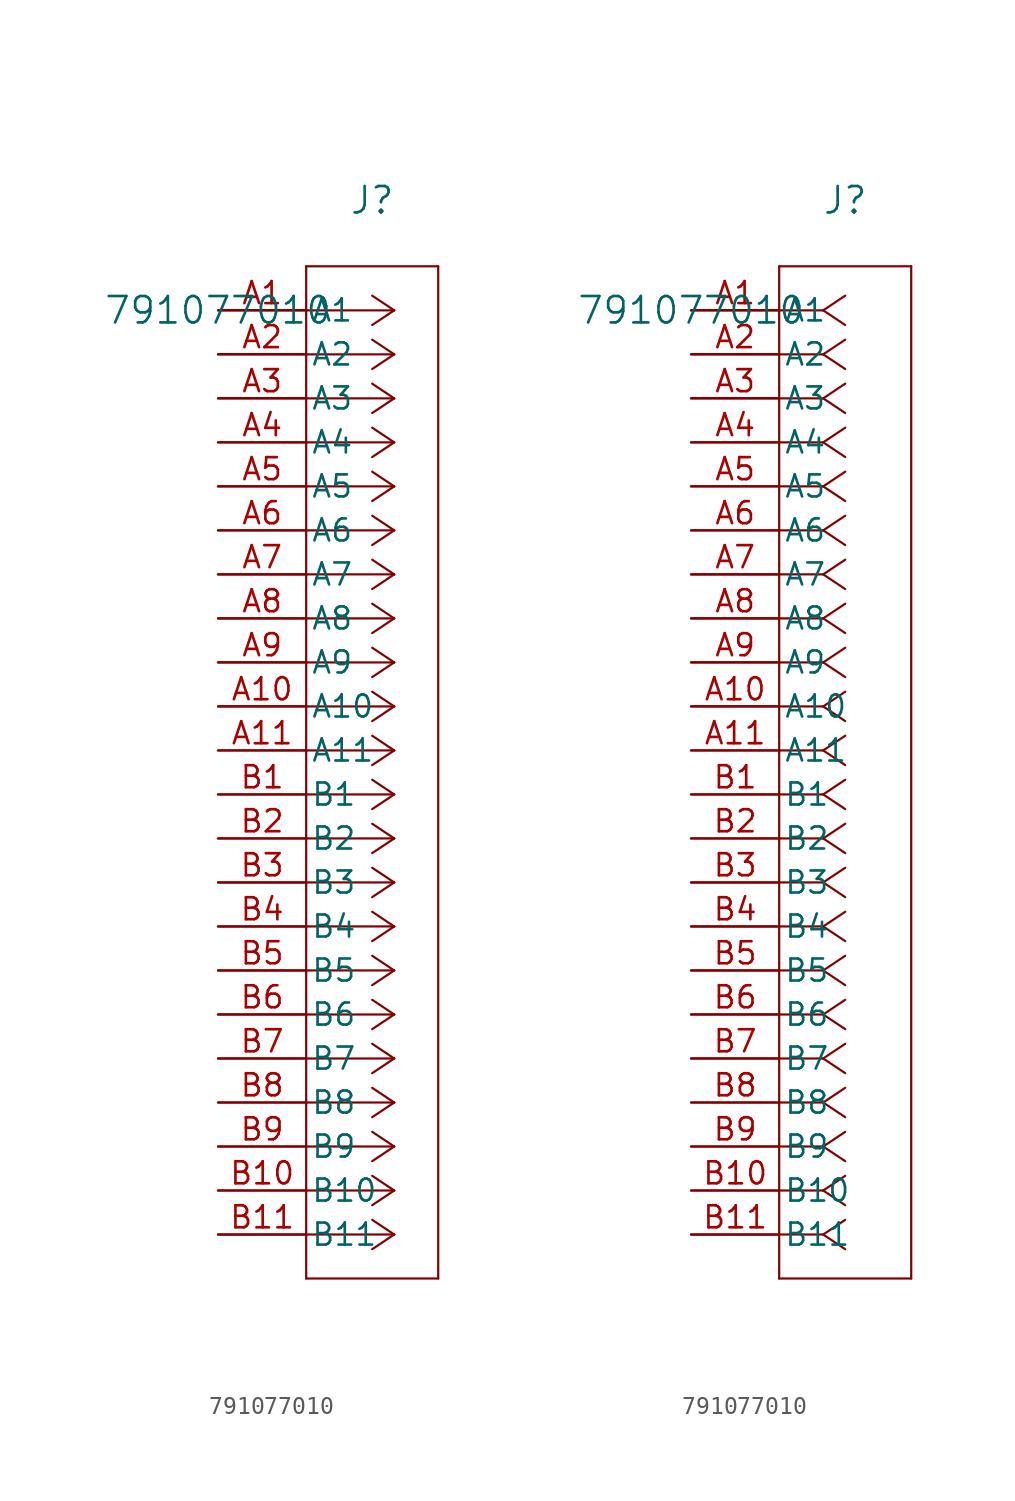
<source format=kicad_sym>
(kicad_symbol_lib
  (version 20241209)
  (generator "kicad_symbol_editor")
  (generator_version "9.0")
  (symbol "791077010"
    (pin_names
      (offset 0.254))
    (property "Reference" "J"
      (at 8.89 6.35 0)
      (effects (font (size 1.524 1.524))))
    (property "Value" "791077010"
      (at 0 0 0)
      (effects (font (size 1.524 1.524))))
    (symbol "791077010_1_1"
      (polyline (pts (xy 5.08 2.54) (xy 5.08 -55.88)) (stroke (width 0.127) (type default)) (fill (type none)))
      (polyline (pts (xy 5.08 -55.88) (xy 12.7 -55.88)) (stroke (width 0.127) (type default)) (fill (type none)))
      (polyline (pts (xy 10.16 0) (xy 5.08 0)) (stroke (width 0.127) (type default)) (fill (type none)))
      (polyline (pts (xy 10.16 0) (xy 8.89 0.847)) (stroke (width 0.127) (type default)) (fill (type none)))
      (polyline (pts (xy 10.16 0) (xy 8.89 -0.847)) (stroke (width 0.127) (type default)) (fill (type none)))
      (polyline (pts (xy 10.16 -2.54) (xy 5.08 -2.54)) (stroke (width 0.127) (type default)) (fill (type none)))
      (polyline (pts (xy 10.16 -2.54) (xy 8.89 -1.693)) (stroke (width 0.127) (type default)) (fill (type none)))
      (polyline (pts (xy 10.16 -2.54) (xy 8.89 -3.387)) (stroke (width 0.127) (type default)) (fill (type none)))
      (polyline (pts (xy 10.16 -5.08) (xy 5.08 -5.08)) (stroke (width 0.127) (type default)) (fill (type none)))
      (polyline (pts (xy 10.16 -5.08) (xy 8.89 -4.233)) (stroke (width 0.127) (type default)) (fill (type none)))
      (polyline (pts (xy 10.16 -5.08) (xy 8.89 -5.927)) (stroke (width 0.127) (type default)) (fill (type none)))
      (polyline (pts (xy 10.16 -7.62) (xy 5.08 -7.62)) (stroke (width 0.127) (type default)) (fill (type none)))
      (polyline (pts (xy 10.16 -7.62) (xy 8.89 -6.773)) (stroke (width 0.127) (type default)) (fill (type none)))
      (polyline (pts (xy 10.16 -7.62) (xy 8.89 -8.467)) (stroke (width 0.127) (type default)) (fill (type none)))
      (polyline (pts (xy 10.16 -10.16) (xy 5.08 -10.16)) (stroke (width 0.127) (type default)) (fill (type none)))
      (polyline (pts (xy 10.16 -10.16) (xy 8.89 -9.313)) (stroke (width 0.127) (type default)) (fill (type none)))
      (polyline (pts (xy 10.16 -10.16) (xy 8.89 -11.007)) (stroke (width 0.127) (type default)) (fill (type none)))
      (polyline (pts (xy 10.16 -12.7) (xy 5.08 -12.7)) (stroke (width 0.127) (type default)) (fill (type none)))
      (polyline (pts (xy 10.16 -12.7) (xy 8.89 -11.853)) (stroke (width 0.127) (type default)) (fill (type none)))
      (polyline (pts (xy 10.16 -12.7) (xy 8.89 -13.547)) (stroke (width 0.127) (type default)) (fill (type none)))
      (polyline (pts (xy 10.16 -15.24) (xy 5.08 -15.24)) (stroke (width 0.127) (type default)) (fill (type none)))
      (polyline (pts (xy 10.16 -15.24) (xy 8.89 -14.393)) (stroke (width 0.127) (type default)) (fill (type none)))
      (polyline (pts (xy 10.16 -15.24) (xy 8.89 -16.087)) (stroke (width 0.127) (type default)) (fill (type none)))
      (polyline (pts (xy 10.16 -17.78) (xy 5.08 -17.78)) (stroke (width 0.127) (type default)) (fill (type none)))
      (polyline (pts (xy 10.16 -17.78) (xy 8.89 -16.933)) (stroke (width 0.127) (type default)) (fill (type none)))
      (polyline (pts (xy 10.16 -17.78) (xy 8.89 -18.627)) (stroke (width 0.127) (type default)) (fill (type none)))
      (polyline (pts (xy 10.16 -20.32) (xy 5.08 -20.32)) (stroke (width 0.127) (type default)) (fill (type none)))
      (polyline (pts (xy 10.16 -20.32) (xy 8.89 -19.473)) (stroke (width 0.127) (type default)) (fill (type none)))
      (polyline (pts (xy 10.16 -20.32) (xy 8.89 -21.167)) (stroke (width 0.127) (type default)) (fill (type none)))
      (polyline (pts (xy 10.16 -22.86) (xy 5.08 -22.86)) (stroke (width 0.127) (type default)) (fill (type none)))
      (polyline (pts (xy 10.16 -22.86) (xy 8.89 -22.013)) (stroke (width 0.127) (type default)) (fill (type none)))
      (polyline (pts (xy 10.16 -22.86) (xy 8.89 -23.707)) (stroke (width 0.127) (type default)) (fill (type none)))
      (polyline (pts (xy 10.16 -25.4) (xy 5.08 -25.4)) (stroke (width 0.127) (type default)) (fill (type none)))
      (polyline (pts (xy 10.16 -25.4) (xy 8.89 -24.553)) (stroke (width 0.127) (type default)) (fill (type none)))
      (polyline (pts (xy 10.16 -25.4) (xy 8.89 -26.247)) (stroke (width 0.127) (type default)) (fill (type none)))
      (polyline (pts (xy 10.16 -27.94) (xy 5.08 -27.94)) (stroke (width 0.127) (type default)) (fill (type none)))
      (polyline (pts (xy 10.16 -27.94) (xy 8.89 -27.093)) (stroke (width 0.127) (type default)) (fill (type none)))
      (polyline (pts (xy 10.16 -27.94) (xy 8.89 -28.787)) (stroke (width 0.127) (type default)) (fill (type none)))
      (polyline (pts (xy 10.16 -30.48) (xy 5.08 -30.48)) (stroke (width 0.127) (type default)) (fill (type none)))
      (polyline (pts (xy 10.16 -30.48) (xy 8.89 -29.633)) (stroke (width 0.127) (type default)) (fill (type none)))
      (polyline (pts (xy 10.16 -30.48) (xy 8.89 -31.327)) (stroke (width 0.127) (type default)) (fill (type none)))
      (polyline (pts (xy 10.16 -33.02) (xy 5.08 -33.02)) (stroke (width 0.127) (type default)) (fill (type none)))
      (polyline (pts (xy 10.16 -33.02) (xy 8.89 -32.173)) (stroke (width 0.127) (type default)) (fill (type none)))
      (polyline (pts (xy 10.16 -33.02) (xy 8.89 -33.867)) (stroke (width 0.127) (type default)) (fill (type none)))
      (polyline (pts (xy 10.16 -35.56) (xy 5.08 -35.56)) (stroke (width 0.127) (type default)) (fill (type none)))
      (polyline (pts (xy 10.16 -35.56) (xy 8.89 -34.713)) (stroke (width 0.127) (type default)) (fill (type none)))
      (polyline (pts (xy 10.16 -35.56) (xy 8.89 -36.407)) (stroke (width 0.127) (type default)) (fill (type none)))
      (polyline (pts (xy 10.16 -38.1) (xy 5.08 -38.1)) (stroke (width 0.127) (type default)) (fill (type none)))
      (polyline (pts (xy 10.16 -38.1) (xy 8.89 -37.253)) (stroke (width 0.127) (type default)) (fill (type none)))
      (polyline (pts (xy 10.16 -38.1) (xy 8.89 -38.947)) (stroke (width 0.127) (type default)) (fill (type none)))
      (polyline (pts (xy 10.16 -40.64) (xy 5.08 -40.64)) (stroke (width 0.127) (type default)) (fill (type none)))
      (polyline (pts (xy 10.16 -40.64) (xy 8.89 -39.793)) (stroke (width 0.127) (type default)) (fill (type none)))
      (polyline (pts (xy 10.16 -40.64) (xy 8.89 -41.487)) (stroke (width 0.127) (type default)) (fill (type none)))
      (polyline (pts (xy 10.16 -43.18) (xy 5.08 -43.18)) (stroke (width 0.127) (type default)) (fill (type none)))
      (polyline (pts (xy 10.16 -43.18) (xy 8.89 -42.333)) (stroke (width 0.127) (type default)) (fill (type none)))
      (polyline (pts (xy 10.16 -43.18) (xy 8.89 -44.027)) (stroke (width 0.127) (type default)) (fill (type none)))
      (polyline (pts (xy 10.16 -45.72) (xy 5.08 -45.72)) (stroke (width 0.127) (type default)) (fill (type none)))
      (polyline (pts (xy 10.16 -45.72) (xy 8.89 -44.873)) (stroke (width 0.127) (type default)) (fill (type none)))
      (polyline (pts (xy 10.16 -45.72) (xy 8.89 -46.567)) (stroke (width 0.127) (type default)) (fill (type none)))
      (polyline (pts (xy 10.16 -48.26) (xy 5.08 -48.26)) (stroke (width 0.127) (type default)) (fill (type none)))
      (polyline (pts (xy 10.16 -48.26) (xy 8.89 -47.413)) (stroke (width 0.127) (type default)) (fill (type none)))
      (polyline (pts (xy 10.16 -48.26) (xy 8.89 -49.107)) (stroke (width 0.127) (type default)) (fill (type none)))
      (polyline (pts (xy 10.16 -50.8) (xy 5.08 -50.8)) (stroke (width 0.127) (type default)) (fill (type none)))
      (polyline (pts (xy 10.16 -50.8) (xy 8.89 -49.953)) (stroke (width 0.127) (type default)) (fill (type none)))
      (polyline (pts (xy 10.16 -50.8) (xy 8.89 -51.647)) (stroke (width 0.127) (type default)) (fill (type none)))
      (polyline (pts (xy 10.16 -53.34) (xy 5.08 -53.34)) (stroke (width 0.127) (type default)) (fill (type none)))
      (polyline (pts (xy 10.16 -53.34) (xy 8.89 -52.493)) (stroke (width 0.127) (type default)) (fill (type none)))
      (polyline (pts (xy 10.16 -53.34) (xy 8.89 -54.187)) (stroke (width 0.127) (type default)) (fill (type none)))
      (polyline (pts (xy 12.7 2.54) (xy 5.08 2.54)) (stroke (width 0.127) (type default)) (fill (type none)))
      (polyline (pts (xy 12.7 -55.88) (xy 12.7 2.54)) (stroke (width 0.127) (type default)) (fill (type none)))
      (pin unspecified line (at 0 0 0) (length 5.08) (name "A1" (effects (font (size 1.27 1.27)))) (number "A1" (effects (font (size 1.27 1.27)))))
      (pin unspecified line (at 0 -2.54 0) (length 5.08) (name "A2" (effects (font (size 1.27 1.27)))) (number "A2" (effects (font (size 1.27 1.27)))))
      (pin unspecified line (at 0 -5.08 0) (length 5.08) (name "A3" (effects (font (size 1.27 1.27)))) (number "A3" (effects (font (size 1.27 1.27)))))
      (pin unspecified line (at 0 -7.62 0) (length 5.08) (name "A4" (effects (font (size 1.27 1.27)))) (number "A4" (effects (font (size 1.27 1.27)))))
      (pin unspecified line (at 0 -10.16 0) (length 5.08) (name "A5" (effects (font (size 1.27 1.27)))) (number "A5" (effects (font (size 1.27 1.27)))))
      (pin unspecified line (at 0 -12.7 0) (length 5.08) (name "A6" (effects (font (size 1.27 1.27)))) (number "A6" (effects (font (size 1.27 1.27)))))
      (pin unspecified line (at 0 -15.24 0) (length 5.08) (name "A7" (effects (font (size 1.27 1.27)))) (number "A7" (effects (font (size 1.27 1.27)))))
      (pin unspecified line (at 0 -17.78 0) (length 5.08) (name "A8" (effects (font (size 1.27 1.27)))) (number "A8" (effects (font (size 1.27 1.27)))))
      (pin unspecified line (at 0 -20.32 0) (length 5.08) (name "A9" (effects (font (size 1.27 1.27)))) (number "A9" (effects (font (size 1.27 1.27)))))
      (pin unspecified line (at 0 -22.86 0) (length 5.08) (name "A10" (effects (font (size 1.27 1.27)))) (number "A10" (effects (font (size 1.27 1.27)))))
      (pin unspecified line (at 0 -25.4 0) (length 5.08) (name "A11" (effects (font (size 1.27 1.27)))) (number "A11" (effects (font (size 1.27 1.27)))))
      (pin unspecified line (at 0 -27.94 0) (length 5.08) (name "B1" (effects (font (size 1.27 1.27)))) (number "B1" (effects (font (size 1.27 1.27)))))
      (pin unspecified line (at 0 -30.48 0) (length 5.08) (name "B2" (effects (font (size 1.27 1.27)))) (number "B2" (effects (font (size 1.27 1.27)))))
      (pin unspecified line (at 0 -33.02 0) (length 5.08) (name "B3" (effects (font (size 1.27 1.27)))) (number "B3" (effects (font (size 1.27 1.27)))))
      (pin unspecified line (at 0 -35.56 0) (length 5.08) (name "B4" (effects (font (size 1.27 1.27)))) (number "B4" (effects (font (size 1.27 1.27)))))
      (pin unspecified line (at 0 -38.1 0) (length 5.08) (name "B5" (effects (font (size 1.27 1.27)))) (number "B5" (effects (font (size 1.27 1.27)))))
      (pin unspecified line (at 0 -40.64 0) (length 5.08) (name "B6" (effects (font (size 1.27 1.27)))) (number "B6" (effects (font (size 1.27 1.27)))))
      (pin unspecified line (at 0 -43.18 0) (length 5.08) (name "B7" (effects (font (size 1.27 1.27)))) (number "B7" (effects (font (size 1.27 1.27)))))
      (pin unspecified line (at 0 -45.72 0) (length 5.08) (name "B8" (effects (font (size 1.27 1.27)))) (number "B8" (effects (font (size 1.27 1.27)))))
      (pin unspecified line (at 0 -48.26 0) (length 5.08) (name "B9" (effects (font (size 1.27 1.27)))) (number "B9" (effects (font (size 1.27 1.27)))))
      (pin unspecified line (at 0 -50.8 0) (length 5.08) (name "B10" (effects (font (size 1.27 1.27)))) (number "B10" (effects (font (size 1.27 1.27)))))
      (pin unspecified line (at 0 -53.34 0) (length 5.08) (name "B11" (effects (font (size 1.27 1.27)))) (number "B11" (effects (font (size 1.27 1.27))))))
    (symbol "791077010_1_2"
      (polyline (pts (xy 5.08 2.54) (xy 5.08 -55.88)) (stroke (width 0.127) (type default)) (fill (type none)))
      (polyline (pts (xy 5.08 -55.88) (xy 12.7 -55.88)) (stroke (width 0.127) (type default)) (fill (type none)))
      (polyline (pts (xy 7.62 0) (xy 5.08 0)) (stroke (width 0.127) (type default)) (fill (type none)))
      (polyline (pts (xy 7.62 0) (xy 8.89 0.847)) (stroke (width 0.127) (type default)) (fill (type none)))
      (polyline (pts (xy 7.62 0) (xy 8.89 -0.847)) (stroke (width 0.127) (type default)) (fill (type none)))
      (polyline (pts (xy 7.62 -2.54) (xy 5.08 -2.54)) (stroke (width 0.127) (type default)) (fill (type none)))
      (polyline (pts (xy 7.62 -2.54) (xy 8.89 -1.693)) (stroke (width 0.127) (type default)) (fill (type none)))
      (polyline (pts (xy 7.62 -2.54) (xy 8.89 -3.387)) (stroke (width 0.127) (type default)) (fill (type none)))
      (polyline (pts (xy 7.62 -5.08) (xy 5.08 -5.08)) (stroke (width 0.127) (type default)) (fill (type none)))
      (polyline (pts (xy 7.62 -5.08) (xy 8.89 -4.233)) (stroke (width 0.127) (type default)) (fill (type none)))
      (polyline (pts (xy 7.62 -5.08) (xy 8.89 -5.927)) (stroke (width 0.127) (type default)) (fill (type none)))
      (polyline (pts (xy 7.62 -7.62) (xy 5.08 -7.62)) (stroke (width 0.127) (type default)) (fill (type none)))
      (polyline (pts (xy 7.62 -7.62) (xy 8.89 -6.773)) (stroke (width 0.127) (type default)) (fill (type none)))
      (polyline (pts (xy 7.62 -7.62) (xy 8.89 -8.467)) (stroke (width 0.127) (type default)) (fill (type none)))
      (polyline (pts (xy 7.62 -10.16) (xy 5.08 -10.16)) (stroke (width 0.127) (type default)) (fill (type none)))
      (polyline (pts (xy 7.62 -10.16) (xy 8.89 -9.313)) (stroke (width 0.127) (type default)) (fill (type none)))
      (polyline (pts (xy 7.62 -10.16) (xy 8.89 -11.007)) (stroke (width 0.127) (type default)) (fill (type none)))
      (polyline (pts (xy 7.62 -12.7) (xy 5.08 -12.7)) (stroke (width 0.127) (type default)) (fill (type none)))
      (polyline (pts (xy 7.62 -12.7) (xy 8.89 -11.853)) (stroke (width 0.127) (type default)) (fill (type none)))
      (polyline (pts (xy 7.62 -12.7) (xy 8.89 -13.547)) (stroke (width 0.127) (type default)) (fill (type none)))
      (polyline (pts (xy 7.62 -15.24) (xy 5.08 -15.24)) (stroke (width 0.127) (type default)) (fill (type none)))
      (polyline (pts (xy 7.62 -15.24) (xy 8.89 -14.393)) (stroke (width 0.127) (type default)) (fill (type none)))
      (polyline (pts (xy 7.62 -15.24) (xy 8.89 -16.087)) (stroke (width 0.127) (type default)) (fill (type none)))
      (polyline (pts (xy 7.62 -17.78) (xy 5.08 -17.78)) (stroke (width 0.127) (type default)) (fill (type none)))
      (polyline (pts (xy 7.62 -17.78) (xy 8.89 -16.933)) (stroke (width 0.127) (type default)) (fill (type none)))
      (polyline (pts (xy 7.62 -17.78) (xy 8.89 -18.627)) (stroke (width 0.127) (type default)) (fill (type none)))
      (polyline (pts (xy 7.62 -20.32) (xy 5.08 -20.32)) (stroke (width 0.127) (type default)) (fill (type none)))
      (polyline (pts (xy 7.62 -20.32) (xy 8.89 -19.473)) (stroke (width 0.127) (type default)) (fill (type none)))
      (polyline (pts (xy 7.62 -20.32) (xy 8.89 -21.167)) (stroke (width 0.127) (type default)) (fill (type none)))
      (polyline (pts (xy 7.62 -22.86) (xy 5.08 -22.86)) (stroke (width 0.127) (type default)) (fill (type none)))
      (polyline (pts (xy 7.62 -22.86) (xy 8.89 -22.013)) (stroke (width 0.127) (type default)) (fill (type none)))
      (polyline (pts (xy 7.62 -22.86) (xy 8.89 -23.707)) (stroke (width 0.127) (type default)) (fill (type none)))
      (polyline (pts (xy 7.62 -25.4) (xy 5.08 -25.4)) (stroke (width 0.127) (type default)) (fill (type none)))
      (polyline (pts (xy 7.62 -25.4) (xy 8.89 -24.553)) (stroke (width 0.127) (type default)) (fill (type none)))
      (polyline (pts (xy 7.62 -25.4) (xy 8.89 -26.247)) (stroke (width 0.127) (type default)) (fill (type none)))
      (polyline (pts (xy 7.62 -27.94) (xy 5.08 -27.94)) (stroke (width 0.127) (type default)) (fill (type none)))
      (polyline (pts (xy 7.62 -27.94) (xy 8.89 -27.093)) (stroke (width 0.127) (type default)) (fill (type none)))
      (polyline (pts (xy 7.62 -27.94) (xy 8.89 -28.787)) (stroke (width 0.127) (type default)) (fill (type none)))
      (polyline (pts (xy 7.62 -30.48) (xy 5.08 -30.48)) (stroke (width 0.127) (type default)) (fill (type none)))
      (polyline (pts (xy 7.62 -30.48) (xy 8.89 -29.633)) (stroke (width 0.127) (type default)) (fill (type none)))
      (polyline (pts (xy 7.62 -30.48) (xy 8.89 -31.327)) (stroke (width 0.127) (type default)) (fill (type none)))
      (polyline (pts (xy 7.62 -33.02) (xy 5.08 -33.02)) (stroke (width 0.127) (type default)) (fill (type none)))
      (polyline (pts (xy 7.62 -33.02) (xy 8.89 -32.173)) (stroke (width 0.127) (type default)) (fill (type none)))
      (polyline (pts (xy 7.62 -33.02) (xy 8.89 -33.867)) (stroke (width 0.127) (type default)) (fill (type none)))
      (polyline (pts (xy 7.62 -35.56) (xy 5.08 -35.56)) (stroke (width 0.127) (type default)) (fill (type none)))
      (polyline (pts (xy 7.62 -35.56) (xy 8.89 -34.713)) (stroke (width 0.127) (type default)) (fill (type none)))
      (polyline (pts (xy 7.62 -35.56) (xy 8.89 -36.407)) (stroke (width 0.127) (type default)) (fill (type none)))
      (polyline (pts (xy 7.62 -38.1) (xy 5.08 -38.1)) (stroke (width 0.127) (type default)) (fill (type none)))
      (polyline (pts (xy 7.62 -38.1) (xy 8.89 -37.253)) (stroke (width 0.127) (type default)) (fill (type none)))
      (polyline (pts (xy 7.62 -38.1) (xy 8.89 -38.947)) (stroke (width 0.127) (type default)) (fill (type none)))
      (polyline (pts (xy 7.62 -40.64) (xy 5.08 -40.64)) (stroke (width 0.127) (type default)) (fill (type none)))
      (polyline (pts (xy 7.62 -40.64) (xy 8.89 -39.793)) (stroke (width 0.127) (type default)) (fill (type none)))
      (polyline (pts (xy 7.62 -40.64) (xy 8.89 -41.487)) (stroke (width 0.127) (type default)) (fill (type none)))
      (polyline (pts (xy 7.62 -43.18) (xy 5.08 -43.18)) (stroke (width 0.127) (type default)) (fill (type none)))
      (polyline (pts (xy 7.62 -43.18) (xy 8.89 -42.333)) (stroke (width 0.127) (type default)) (fill (type none)))
      (polyline (pts (xy 7.62 -43.18) (xy 8.89 -44.027)) (stroke (width 0.127) (type default)) (fill (type none)))
      (polyline (pts (xy 7.62 -45.72) (xy 5.08 -45.72)) (stroke (width 0.127) (type default)) (fill (type none)))
      (polyline (pts (xy 7.62 -45.72) (xy 8.89 -44.873)) (stroke (width 0.127) (type default)) (fill (type none)))
      (polyline (pts (xy 7.62 -45.72) (xy 8.89 -46.567)) (stroke (width 0.127) (type default)) (fill (type none)))
      (polyline (pts (xy 7.62 -48.26) (xy 5.08 -48.26)) (stroke (width 0.127) (type default)) (fill (type none)))
      (polyline (pts (xy 7.62 -48.26) (xy 8.89 -47.413)) (stroke (width 0.127) (type default)) (fill (type none)))
      (polyline (pts (xy 7.62 -48.26) (xy 8.89 -49.107)) (stroke (width 0.127) (type default)) (fill (type none)))
      (polyline (pts (xy 7.62 -50.8) (xy 5.08 -50.8)) (stroke (width 0.127) (type default)) (fill (type none)))
      (polyline (pts (xy 7.62 -50.8) (xy 8.89 -49.953)) (stroke (width 0.127) (type default)) (fill (type none)))
      (polyline (pts (xy 7.62 -50.8) (xy 8.89 -51.647)) (stroke (width 0.127) (type default)) (fill (type none)))
      (polyline (pts (xy 7.62 -53.34) (xy 5.08 -53.34)) (stroke (width 0.127) (type default)) (fill (type none)))
      (polyline (pts (xy 7.62 -53.34) (xy 8.89 -52.493)) (stroke (width 0.127) (type default)) (fill (type none)))
      (polyline (pts (xy 7.62 -53.34) (xy 8.89 -54.187)) (stroke (width 0.127) (type default)) (fill (type none)))
      (polyline (pts (xy 12.7 2.54) (xy 5.08 2.54)) (stroke (width 0.127) (type default)) (fill (type none)))
      (polyline (pts (xy 12.7 -55.88) (xy 12.7 2.54)) (stroke (width 0.127) (type default)) (fill (type none)))
      (pin unspecified line (at 0 0 0) (length 5.08) (name "A1" (effects (font (size 1.27 1.27)))) (number "A1" (effects (font (size 1.27 1.27)))))
      (pin unspecified line (at 0 -2.54 0) (length 5.08) (name "A2" (effects (font (size 1.27 1.27)))) (number "A2" (effects (font (size 1.27 1.27)))))
      (pin unspecified line (at 0 -5.08 0) (length 5.08) (name "A3" (effects (font (size 1.27 1.27)))) (number "A3" (effects (font (size 1.27 1.27)))))
      (pin unspecified line (at 0 -7.62 0) (length 5.08) (name "A4" (effects (font (size 1.27 1.27)))) (number "A4" (effects (font (size 1.27 1.27)))))
      (pin unspecified line (at 0 -10.16 0) (length 5.08) (name "A5" (effects (font (size 1.27 1.27)))) (number "A5" (effects (font (size 1.27 1.27)))))
      (pin unspecified line (at 0 -12.7 0) (length 5.08) (name "A6" (effects (font (size 1.27 1.27)))) (number "A6" (effects (font (size 1.27 1.27)))))
      (pin unspecified line (at 0 -15.24 0) (length 5.08) (name "A7" (effects (font (size 1.27 1.27)))) (number "A7" (effects (font (size 1.27 1.27)))))
      (pin unspecified line (at 0 -17.78 0) (length 5.08) (name "A8" (effects (font (size 1.27 1.27)))) (number "A8" (effects (font (size 1.27 1.27)))))
      (pin unspecified line (at 0 -20.32 0) (length 5.08) (name "A9" (effects (font (size 1.27 1.27)))) (number "A9" (effects (font (size 1.27 1.27)))))
      (pin unspecified line (at 0 -22.86 0) (length 5.08) (name "A10" (effects (font (size 1.27 1.27)))) (number "A10" (effects (font (size 1.27 1.27)))))
      (pin unspecified line (at 0 -25.4 0) (length 5.08) (name "A11" (effects (font (size 1.27 1.27)))) (number "A11" (effects (font (size 1.27 1.27)))))
      (pin unspecified line (at 0 -27.94 0) (length 5.08) (name "B1" (effects (font (size 1.27 1.27)))) (number "B1" (effects (font (size 1.27 1.27)))))
      (pin unspecified line (at 0 -30.48 0) (length 5.08) (name "B2" (effects (font (size 1.27 1.27)))) (number "B2" (effects (font (size 1.27 1.27)))))
      (pin unspecified line (at 0 -33.02 0) (length 5.08) (name "B3" (effects (font (size 1.27 1.27)))) (number "B3" (effects (font (size 1.27 1.27)))))
      (pin unspecified line (at 0 -35.56 0) (length 5.08) (name "B4" (effects (font (size 1.27 1.27)))) (number "B4" (effects (font (size 1.27 1.27)))))
      (pin unspecified line (at 0 -38.1 0) (length 5.08) (name "B5" (effects (font (size 1.27 1.27)))) (number "B5" (effects (font (size 1.27 1.27)))))
      (pin unspecified line (at 0 -40.64 0) (length 5.08) (name "B6" (effects (font (size 1.27 1.27)))) (number "B6" (effects (font (size 1.27 1.27)))))
      (pin unspecified line (at 0 -43.18 0) (length 5.08) (name "B7" (effects (font (size 1.27 1.27)))) (number "B7" (effects (font (size 1.27 1.27)))))
      (pin unspecified line (at 0 -45.72 0) (length 5.08) (name "B8" (effects (font (size 1.27 1.27)))) (number "B8" (effects (font (size 1.27 1.27)))))
      (pin unspecified line (at 0 -48.26 0) (length 5.08) (name "B9" (effects (font (size 1.27 1.27)))) (number "B9" (effects (font (size 1.27 1.27)))))
      (pin unspecified line (at 0 -50.8 0) (length 5.08) (name "B10" (effects (font (size 1.27 1.27)))) (number "B10" (effects (font (size 1.27 1.27)))))
      (pin unspecified line (at 0 -53.34 0) (length 5.08) (name "B11" (effects (font (size 1.27 1.27)))) (number "B11" (effects (font (size 1.27 1.27))))))))
</source>
